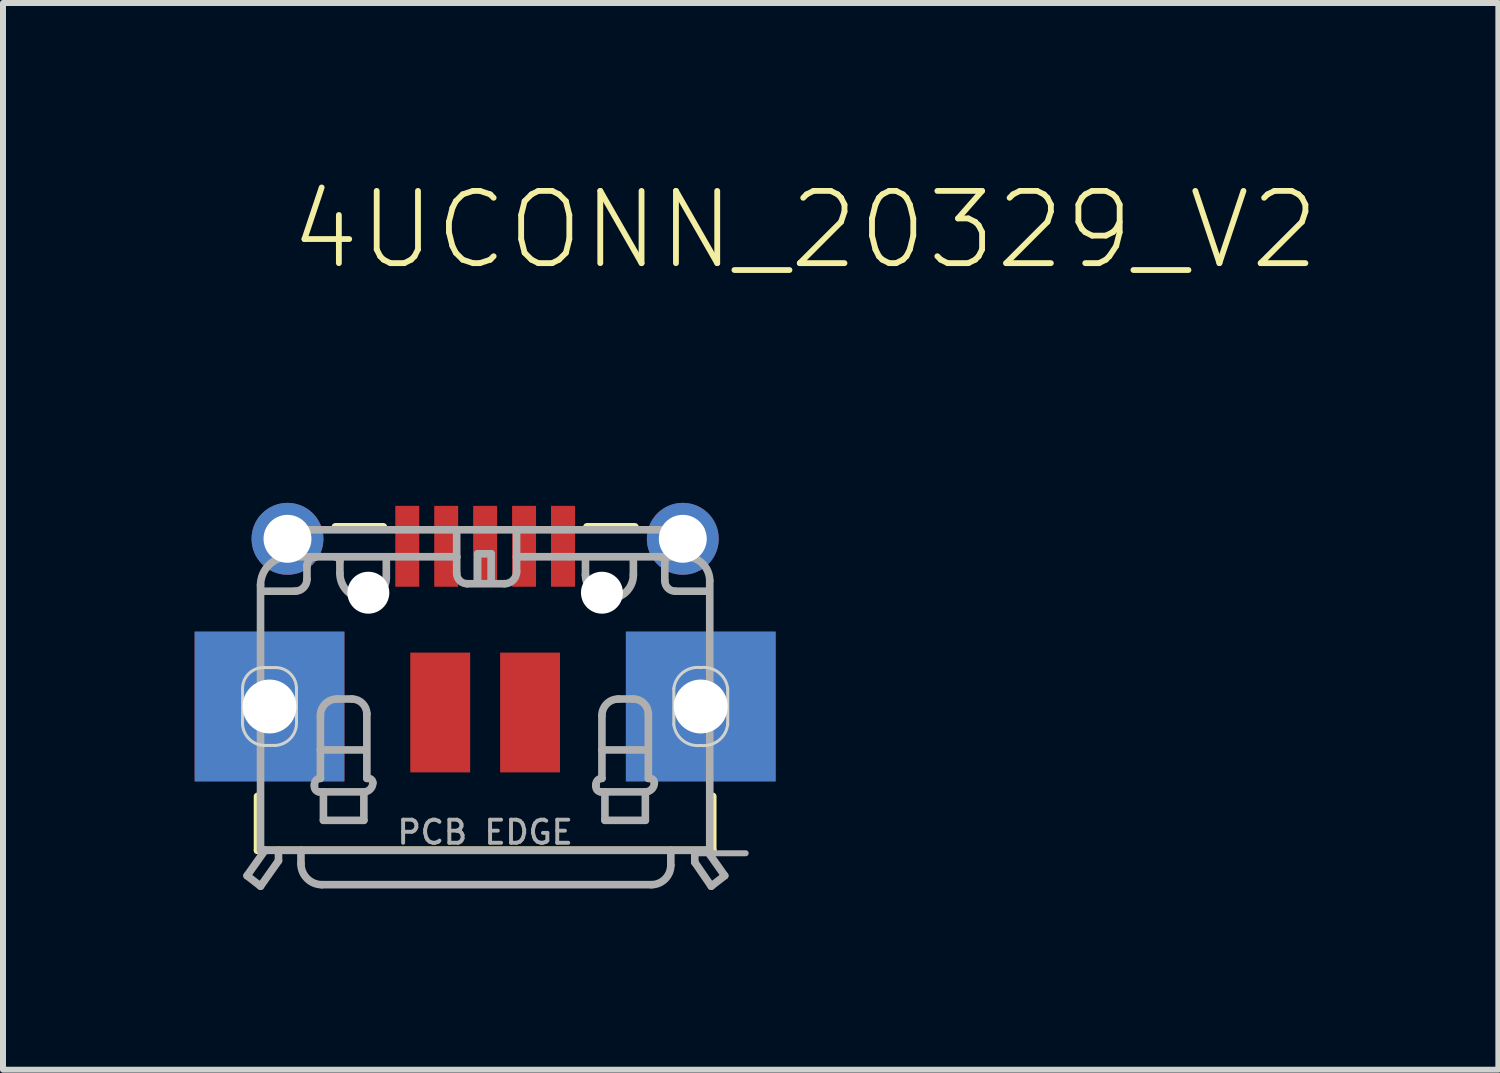
<source format=kicad_pcb>
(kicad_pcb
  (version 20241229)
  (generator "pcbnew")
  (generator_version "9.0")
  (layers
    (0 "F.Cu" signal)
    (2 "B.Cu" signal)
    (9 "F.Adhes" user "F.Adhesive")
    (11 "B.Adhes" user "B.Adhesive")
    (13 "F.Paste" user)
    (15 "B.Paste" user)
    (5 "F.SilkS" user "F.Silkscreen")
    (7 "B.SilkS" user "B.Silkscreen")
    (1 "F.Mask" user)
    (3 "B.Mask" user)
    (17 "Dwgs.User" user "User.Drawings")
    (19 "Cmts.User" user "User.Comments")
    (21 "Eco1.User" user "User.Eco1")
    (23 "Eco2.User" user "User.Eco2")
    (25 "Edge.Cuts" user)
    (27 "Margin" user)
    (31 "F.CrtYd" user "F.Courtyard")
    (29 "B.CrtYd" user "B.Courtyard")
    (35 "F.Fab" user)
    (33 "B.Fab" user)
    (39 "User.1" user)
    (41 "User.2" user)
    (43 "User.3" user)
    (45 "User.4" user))
  (footprint "4UCONN_20329_V2"
    (layer "F.Cu")
    (at 5.05 6.846)
    (property "Reference" "4UCONN_20329_V2" (at -3.31 -5.35 180) (layer "F.SilkS") (effects (font (size 1.206 1.206) (thickness 0.097)) (justify left bottom)))
    (attr through_hole)
    (fp_poly (pts (xy -1.55 -0.05) (xy -1.05 -0.05) (xy -1.05 -1.5) (xy -1.55 -1.5)) (stroke (width 0) (type solid)) (fill yes) (layer "F.Mask"))
    (fp_poly (pts (xy -0.9 -0.05) (xy -0.4 -0.05) (xy -0.4 -1.5) (xy -0.9 -1.5)) (stroke (width 0) (type solid)) (fill yes) (layer "F.Mask"))
    (fp_poly (pts (xy -0.25 -0.05) (xy 0.25 -0.05) (xy 0.25 -1.5) (xy -0.25 -1.5)) (stroke (width 0) (type solid)) (fill yes) (layer "F.Mask"))
    (fp_poly (pts (xy 0.4 -0.05) (xy 0.9 -0.05) (xy 0.9 -1.5) (xy 0.4 -1.5)) (stroke (width 0) (type solid)) (fill yes) (layer "F.Mask"))
    (fp_poly (pts (xy 1.05 -0.05) (xy 1.55 -0.05) (xy 1.55 -1.5) (xy 1.05 -1.5)) (stroke (width 0) (type solid)) (fill yes) (layer "F.Mask"))
    (fp_line (start -3.8 3.4) (end -3.8 4.3) (stroke (width 0.127) (type solid)) (layer "F.SilkS"))
    (fp_line (start -3.8 4.3) (end 3.8 4.3) (stroke (width 0.127) (type solid)) (layer "F.SilkS"))
    (fp_line (start -2.5 -1.1) (end -1.7 -1.1) (stroke (width 0.127) (type solid)) (layer "F.SilkS"))
    (fp_line (start 1.7 -1.1) (end 2.5 -1.1) (stroke (width 0.127) (type solid)) (layer "F.SilkS"))
    (fp_line (start 3.8 4.3) (end 3.8 3.4) (stroke (width 0.127) (type solid)) (layer "F.SilkS"))
    (fp_poly (pts (xy -4.85 3.15) (xy -2.35 3.15) (xy -2.35 0.65) (xy -4.85 0.65)) (stroke (width 0) (type solid)) (fill yes) (layer "F.Paste"))
    (fp_poly (pts (xy 2.35 3.15) (xy 4.85 3.15) (xy 4.85 0.65) (xy 2.35 0.65)) (stroke (width 0) (type solid)) (fill yes) (layer "F.Paste"))
    (fp_poly (pts (xy -5.05 -0.9) (xy -5.014 -0.724) (xy -4.925 -0.567) (xy -4.793 -0.445) (xy -4.45 -0.35) (xy -3.35 -0.35) (xy -3.171 -0.37) (xy -3.007 -0.445) (xy -2.875 -0.567) (xy -2.786 -0.724) (xy -2.75 -0.9) (xy -2.786 -1.076) (xy -2.875 -1.233) (xy -3.007 -1.355) (xy -3.35 -1.45) (xy -4.45 -1.45) (xy -4.629 -1.43) (xy -4.793 -1.355) (xy -4.925 -1.233)) (stroke (width 0) (type solid)) (fill yes) (layer "F.Paste"))
    (fp_poly (pts (xy 2.75 -0.9) (xy 2.786 -0.724) (xy 2.875 -0.567) (xy 3.007 -0.445) (xy 3.35 -0.35) (xy 4.45 -0.35) (xy 4.629 -0.37) (xy 4.793 -0.445) (xy 4.925 -0.567) (xy 5.014 -0.724) (xy 5.05 -0.9) (xy 5.014 -1.076) (xy 4.925 -1.233) (xy 4.793 -1.355) (xy 4.45 -1.45) (xy 3.35 -1.45) (xy 3.171 -1.43) (xy 3.007 -1.355) (xy 2.875 -1.233)) (stroke (width 0) (type solid)) (fill yes) (layer "F.Paste"))
    (fp_line (start -4.05 2.15) (end -4.05 1.6) (stroke (width 0.05) (type solid)) (layer "Edge.Cuts"))
    (fp_line (start -3.7 1.25) (end -3.5 1.25) (stroke (width 0.05) (type solid)) (layer "Edge.Cuts"))
    (fp_line (start -3.5 2.55) (end -3.7 2.55) (stroke (width 0.05) (type solid)) (layer "Edge.Cuts"))
    (fp_line (start -3.15 1.6) (end -3.15 2.15) (stroke (width 0.05) (type solid)) (layer "Edge.Cuts"))
    (fp_line (start 3.15 2.2) (end 3.15 1.6) (stroke (width 0.05) (type solid)) (layer "Edge.Cuts"))
    (fp_line (start 4.05 1.6) (end 4.05 2.2) (stroke (width 0.05) (type solid)) (layer "Edge.Cuts"))
    (fp_arc (start -4.05 1.6) (mid -3.947487 1.352513) (end -3.7 1.25) (stroke (width 0.05) (type solid)) (layer "Edge.Cuts"))
    (fp_arc (start -3.7 2.55) (mid -3.957843 2.422487) (end -4.05 2.15) (stroke (width 0.05) (type solid)) (layer "Edge.Cuts"))
    (fp_arc (start -3.5 1.25) (mid -3.252513 1.352513) (end -3.15 1.6) (stroke (width 0.05) (type solid)) (layer "Edge.Cuts"))
    (fp_arc (start -3.15 2.15) (mid -3.242157 2.422487) (end -3.5 2.55) (stroke (width 0.05) (type solid)) (layer "Edge.Cuts"))
    (fp_arc (start 3.15 1.6) (mid 3.302513 1.331802) (end 3.6 1.25) (stroke (width 0.05) (type solid)) (layer "Edge.Cuts"))
    (fp_arc (start 3.6 1.25) (mid 3.897487 1.331802) (end 4.05 1.6) (stroke (width 0.05) (type solid)) (layer "Edge.Cuts"))
    (fp_arc (start 3.6 2.55) (mid 3.302513 2.468198) (end 3.15 2.2) (stroke (width 0.05) (type solid)) (layer "Edge.Cuts"))
    (fp_arc (start 4.05 2.2) (mid 3.897487 2.468198) (end 3.6 2.55) (stroke (width 0.05) (type solid)) (layer "Edge.Cuts"))
    (fp_line (start -3.975 4.725) (end -3.75 4.9) (stroke (width 0.127) (type solid)) (layer "F.Fab"))
    (fp_line (start -3.975 4.725) (end -3.675 4.3) (stroke (width 0.127) (type solid)) (layer "F.Fab"))
    (fp_line (start -3.75 -0.125) (end -3.75 4.3) (stroke (width 0.127) (type solid)) (layer "F.Fab"))
    (fp_line (start -3.75 4.3) (end -3.675 4.3) (stroke (width 0.127) (type solid)) (layer "F.Fab"))
    (fp_line (start -3.75 4.9) (end -3.45 4.475) (stroke (width 0.127) (type solid)) (layer "F.Fab"))
    (fp_line (start -3.725 -0.025) (end -3.175 -0.025) (stroke (width 0.127) (type solid)) (layer "F.Fab"))
    (fp_line (start -3.675 4.3) (end -3.45 4.3) (stroke (width 0.127) (type solid)) (layer "F.Fab"))
    (fp_line (start -3.575 -1.05) (end -0.475 -1.05) (stroke (width 0.127) (type solid)) (layer "F.Fab"))
    (fp_line (start -3.575 -0.75) (end -3.575 -1.05) (stroke (width 0.127) (type solid)) (layer "F.Fab"))
    (fp_line (start -3.45 4.3) (end -3.075 4.3) (stroke (width 0.127) (type solid)) (layer "F.Fab"))
    (fp_line (start -3.45 4.475) (end -3.45 4.3) (stroke (width 0.127) (type solid)) (layer "F.Fab"))
    (fp_line (start -3.425 -0.75) (end -3.575 -0.75) (stroke (width 0.127) (type solid)) (layer "F.Fab"))
    (fp_line (start -3.425 -0.625) (end -3.425 -0.75) (stroke (width 0.127) (type solid)) (layer "F.Fab"))
    (fp_line (start -3.075 4.3) (end -3.075 4.525) (stroke (width 0.127) (type solid)) (layer "F.Fab"))
    (fp_line (start -3.075 4.3) (end 3.1 4.3) (stroke (width 0.127) (type solid)) (layer "F.Fab"))
    (fp_line (start -2.975 -0.225) (end -2.975 -0.45) (stroke (width 0.127) (type solid)) (layer "F.Fab"))
    (fp_line (start -2.85 3.225) (end -2.85 3.2) (stroke (width 0.127) (type solid)) (layer "F.Fab"))
    (fp_line (start -2.825 -0.6) (end -3.275 -0.6) (stroke (width 0.127) (type solid)) (layer "F.Fab"))
    (fp_line (start -2.825 -0.6) (end -2.5 -0.6) (stroke (width 0.127) (type solid)) (layer "F.Fab"))
    (fp_line (start -2.75 2.625) (end -2.75 2.05) (stroke (width 0.127) (type solid)) (layer "F.Fab"))
    (fp_line (start -2.75 2.625) (end -2 2.625) (stroke (width 0.127) (type solid)) (layer "F.Fab"))
    (fp_line (start -2.75 3.1) (end -2.75 2.625) (stroke (width 0.127) (type solid)) (layer "F.Fab"))
    (fp_line (start -2.725 4.875) (end 2.775 4.875) (stroke (width 0.127) (type solid)) (layer "F.Fab"))
    (fp_line (start -2.7 3.325) (end -2.775 3.325) (stroke (width 0.127) (type solid)) (layer "F.Fab"))
    (fp_line (start -2.7 3.325) (end -2 3.325) (stroke (width 0.127) (type solid)) (layer "F.Fab"))
    (fp_line (start -2.7 3.8) (end -2.7 3.325) (stroke (width 0.127) (type solid)) (layer "F.Fab"))
    (fp_line (start -2.475 1.775) (end -2.225 1.775) (stroke (width 0.127) (type solid)) (layer "F.Fab"))
    (fp_line (start -2.425 -0.525) (end -2.425 -0.325) (stroke (width 0.127) (type solid)) (layer "F.Fab"))
    (fp_line (start -2.025 3.325) (end -2.025 3.8) (stroke (width 0.127) (type solid)) (layer "F.Fab"))
    (fp_line (start -2.025 3.8) (end -2.7 3.8) (stroke (width 0.127) (type solid)) (layer "F.Fab"))
    (fp_line (start -1.975 2.025) (end -1.975 3.1) (stroke (width 0.127) (type solid)) (layer "F.Fab"))
    (fp_line (start -1.975 3.1) (end -1.95 3.1) (stroke (width 0.127) (type solid)) (layer "F.Fab"))
    (fp_line (start -1.65 -0.6) (end -2.5 -0.6) (stroke (width 0.127) (type solid)) (layer "F.Fab"))
    (fp_line (start -1.65 -0.25) (end -1.65 -0.6) (stroke (width 0.127) (type solid)) (layer "F.Fab"))
    (fp_line (start -0.475 -1.05) (end 0.525 -1.05) (stroke (width 0.127) (type solid)) (layer "F.Fab"))
    (fp_line (start -0.475 -0.6) (end -1.65 -0.6) (stroke (width 0.127) (type solid)) (layer "F.Fab"))
    (fp_line (start -0.475 -0.6) (end -0.475 -1.05) (stroke (width 0.127) (type solid)) (layer "F.Fab"))
    (fp_line (start -0.475 -0.325) (end -0.475 -0.6) (stroke (width 0.127) (type solid)) (layer "F.Fab"))
    (fp_line (start -0.125 -0.65) (end 0.1 -0.65) (stroke (width 0.127) (type solid)) (layer "F.Fab"))
    (fp_line (start -0.125 -0.175) (end -0.125 -0.65) (stroke (width 0.127) (type solid)) (layer "F.Fab"))
    (fp_line (start 0.1 -0.65) (end 0.1 -0.175) (stroke (width 0.127) (type solid)) (layer "F.Fab"))
    (fp_line (start 0.325 -0.15) (end -0.3 -0.15) (stroke (width 0.127) (type solid)) (layer "F.Fab"))
    (fp_line (start 0.525 -1.05) (end 0.525 -0.6) (stroke (width 0.127) (type solid)) (layer "F.Fab"))
    (fp_line (start 0.525 -1.05) (end 3.6 -1.05) (stroke (width 0.127) (type solid)) (layer "F.Fab"))
    (fp_line (start 0.525 -0.6) (end 0.525 -0.35) (stroke (width 0.127) (type solid)) (layer "F.Fab"))
    (fp_line (start 1.675 -0.6) (end 0.525 -0.6) (stroke (width 0.127) (type solid)) (layer "F.Fab"))
    (fp_line (start 1.675 -0.6) (end 1.675 -0.3) (stroke (width 0.127) (type solid)) (layer "F.Fab"))
    (fp_line (start 1.85 3.225) (end 1.85 3.2) (stroke (width 0.127) (type solid)) (layer "F.Fab"))
    (fp_line (start 1.95 2.625) (end 1.95 2.05) (stroke (width 0.127) (type solid)) (layer "F.Fab"))
    (fp_line (start 1.95 2.625) (end 2.7 2.625) (stroke (width 0.127) (type solid)) (layer "F.Fab"))
    (fp_line (start 1.95 3.1) (end 1.95 2.625) (stroke (width 0.127) (type solid)) (layer "F.Fab"))
    (fp_line (start 2 3.325) (end 1.925 3.325) (stroke (width 0.127) (type solid)) (layer "F.Fab"))
    (fp_line (start 2 3.325) (end 2.7 3.325) (stroke (width 0.127) (type solid)) (layer "F.Fab"))
    (fp_line (start 2 3.8) (end 2 3.325) (stroke (width 0.127) (type solid)) (layer "F.Fab"))
    (fp_line (start 2.225 1.775) (end 2.475 1.775) (stroke (width 0.127) (type solid)) (layer "F.Fab"))
    (fp_line (start 2.475 -0.6) (end 1.675 -0.6) (stroke (width 0.127) (type solid)) (layer "F.Fab"))
    (fp_line (start 2.475 -0.6) (end 2.925 -0.6) (stroke (width 0.127) (type solid)) (layer "F.Fab"))
    (fp_line (start 2.475 -0.3) (end 2.475 -0.6) (stroke (width 0.127) (type solid)) (layer "F.Fab"))
    (fp_line (start 2.675 3.325) (end 2.675 3.8) (stroke (width 0.127) (type solid)) (layer "F.Fab"))
    (fp_line (start 2.675 3.8) (end 2 3.8) (stroke (width 0.127) (type solid)) (layer "F.Fab"))
    (fp_line (start 2.725 2.025) (end 2.725 3.1) (stroke (width 0.127) (type solid)) (layer "F.Fab"))
    (fp_line (start 2.725 3.1) (end 2.75 3.1) (stroke (width 0.127) (type solid)) (layer "F.Fab"))
    (fp_line (start 3 -0.525) (end 3 -0.2) (stroke (width 0.127) (type solid)) (layer "F.Fab"))
    (fp_line (start 3.1 4.3) (end 3.7 4.3) (stroke (width 0.127) (type solid)) (layer "F.Fab"))
    (fp_line (start 3.1 4.55) (end 3.1 4.3) (stroke (width 0.127) (type solid)) (layer "F.Fab"))
    (fp_line (start 3.175 -0.025) (end 3.725 -0.025) (stroke (width 0.127) (type solid)) (layer "F.Fab"))
    (fp_line (start 3.35 -0.775) (end 3.35 -0.6) (stroke (width 0.127) (type solid)) (layer "F.Fab"))
    (fp_line (start 3.35 -0.6) (end 2.925 -0.6) (stroke (width 0.127) (type solid)) (layer "F.Fab"))
    (fp_line (start 3.5 4.35) (end 4.35 4.35) (stroke (width 0.1) (type solid)) (layer "F.Fab"))
    (fp_line (start 3.5 4.5) (end 3.5 4.35) (stroke (width 0.127) (type solid)) (layer "F.Fab"))
    (fp_line (start 3.6 -1.05) (end 3.6 -0.775) (stroke (width 0.127) (type solid)) (layer "F.Fab"))
    (fp_line (start 3.6 -0.775) (end 3.35 -0.775) (stroke (width 0.127) (type solid)) (layer "F.Fab"))
    (fp_line (start 3.7 4.3) (end 3.75 4.3) (stroke (width 0.127) (type solid)) (layer "F.Fab"))
    (fp_line (start 3.7 4.3) (end 4 4.725) (stroke (width 0.127) (type solid)) (layer "F.Fab"))
    (fp_line (start 3.75 4.3) (end 3.75 -0.2) (stroke (width 0.127) (type solid)) (layer "F.Fab"))
    (fp_line (start 3.775 4.9) (end 3.5 4.5) (stroke (width 0.127) (type solid)) (layer "F.Fab"))
    (fp_line (start 4 4.725) (end 3.775 4.9) (stroke (width 0.127) (type solid)) (layer "F.Fab"))
    (fp_arc (start -3.750001 -0.124999) (mid -3.610876 -0.460875) (end -3.275 -0.6) (stroke (width 0.127) (type solid)) (layer "F.Fab"))
    (fp_arc (start -2.975 -0.45) (mid -2.931066 -0.556066) (end -2.825 -0.6) (stroke (width 0.127) (type solid)) (layer "F.Fab"))
    (fp_arc (start -2.975 -0.225) (mid -3.033579 -0.083579) (end -3.175 -0.025) (stroke (width 0.127) (type solid)) (layer "F.Fab"))
    (fp_arc (start -2.85 3.2) (mid -2.820711 3.129289) (end -2.75 3.1) (stroke (width 0.127) (type solid)) (layer "F.Fab"))
    (fp_arc (start -2.775 3.325) (mid -2.833211 3.290533) (end -2.85 3.225) (stroke (width 0.127) (type solid)) (layer "F.Fab"))
    (fp_arc (start -2.75 2.05) (mid -2.669454 1.855546) (end -2.475 1.775) (stroke (width 0.127) (type solid)) (layer "F.Fab"))
    (fp_arc (start -2.725 4.875) (mid -2.972487 4.772487) (end -3.075 4.525) (stroke (width 0.127) (type solid)) (layer "F.Fab"))
    (fp_arc (start -2.5 -0.6) (mid -2.446967 -0.578033) (end -2.425 -0.525) (stroke (width 0.127) (type solid)) (layer "F.Fab"))
    (fp_arc (start -2.225 1.775) (mid -2.048223 1.848223) (end -1.975 2.025) (stroke (width 0.127) (type solid)) (layer "F.Fab"))
    (fp_arc (start -2 0.1) (mid -2.30052 -0.02448) (end -2.425 -0.325) (stroke (width 0.127) (type solid)) (layer "F.Fab"))
    (fp_arc (start -1.95 3.1) (mid -1.896967 3.121967) (end -1.875 3.175) (stroke (width 0.127) (type solid)) (layer "F.Fab"))
    (fp_arc (start -1.875 3.175) (mid -1.918934 3.281066) (end -2.025 3.325) (stroke (width 0.127) (type solid)) (layer "F.Fab"))
    (fp_arc (start -1.65 -0.25) (mid -1.752513 -0.002513) (end -2 0.1) (stroke (width 0.127) (type solid)) (layer "F.Fab"))
    (fp_arc (start -0.3 -0.15) (mid -0.423744 -0.201256) (end -0.475 -0.325) (stroke (width 0.127) (type solid)) (layer "F.Fab"))
    (fp_arc (start 0.525 -0.35) (mid 0.466421 -0.208579) (end 0.325 -0.15) (stroke (width 0.127) (type solid)) (layer "F.Fab"))
    (fp_arc (start 1.85 3.2) (mid 1.879289 3.129289) (end 1.95 3.1) (stroke (width 0.127) (type solid)) (layer "F.Fab"))
    (fp_arc (start 1.925 3.325) (mid 1.866789 3.290533) (end 1.85 3.225) (stroke (width 0.127) (type solid)) (layer "F.Fab"))
    (fp_arc (start 1.95 2.05) (mid 2.030546 1.855546) (end 2.225 1.775) (stroke (width 0.127) (type solid)) (layer "F.Fab"))
    (fp_arc (start 2.075 0.1) (mid 1.792157 -0.017157) (end 1.675 -0.3) (stroke (width 0.127) (type solid)) (layer "F.Fab"))
    (fp_arc (start 2.475 -0.3) (mid 2.357843 -0.017157) (end 2.075 0.1) (stroke (width 0.127) (type solid)) (layer "F.Fab"))
    (fp_arc (start 2.475 1.775) (mid 2.651777 1.848223) (end 2.725 2.025) (stroke (width 0.127) (type solid)) (layer "F.Fab"))
    (fp_arc (start 2.75 3.1) (mid 2.803033 3.121967) (end 2.825 3.175) (stroke (width 0.127) (type solid)) (layer "F.Fab"))
    (fp_arc (start 2.825 3.175) (mid 2.781066 3.281066) (end 2.675 3.325) (stroke (width 0.127) (type solid)) (layer "F.Fab"))
    (fp_arc (start 2.925 -0.6) (mid 2.978033 -0.578033) (end 3 -0.525) (stroke (width 0.127) (type solid)) (layer "F.Fab"))
    (fp_arc (start 3.1 4.55) (mid 3.00481 4.77981) (end 2.775 4.875) (stroke (width 0.127) (type solid)) (layer "F.Fab"))
    (fp_arc (start 3.175 -0.025) (mid 3.051256 -0.076256) (end 3 -0.2) (stroke (width 0.127) (type solid)) (layer "F.Fab"))
    (fp_arc (start 3.349999 -0.599999) (mid 3.632842 -0.482842) (end 3.75 -0.2) (stroke (width 0.127) (type solid)) (layer "F.Fab"))
    (fp_text user "PCB EDGE" (at 0 4 0) (layer "F.Fab") (effects (font (size 0.386 0.386) (thickness 0.065))))
    (pad "" np_thru_hole circle (at -1.95 0) (size 0.7 0.7) (drill 0.7) (layers "*.Cu" "*.Mask"))
    (pad "" np_thru_hole circle (at 1.95 0) (size 0.7 0.7) (drill 0.7) (layers "*.Cu" "*.Mask"))
    (pad "BASE@1" smd rect (at -0.75 2 90) (size 2 1) (layers "F.Cu" "F.Mask" "F.Paste"))
    (pad "BASE@2" smd rect (at 0.75 2 90) (size 2 1) (layers "F.Cu" "F.Mask" "F.Paste"))
    (pad "D+" smd rect (at 0 -0.775) (size 0.4 1.35) (layers "F.Cu" "F.Mask" "F.Paste"))
    (pad "D-" smd rect (at -0.65 -0.775) (size 0.4 1.35) (layers "F.Cu" "F.Mask" "F.Paste"))
    (pad "GND" smd rect (at 1.3 -0.775) (size 0.4 1.35) (layers "F.Cu" "F.Mask" "F.Paste"))
    (pad "ID" smd rect (at 0.65 -0.775) (size 0.4 1.35) (layers "F.Cu" "F.Mask" "F.Paste"))
    (pad "SPRT@1" thru_hole circle (at -3.3 -0.9 180) (size 1.2 1.2) (drill 0.8) (layers "*.Cu" "*.Mask"))
    (pad "SPRT@2" thru_hole circle (at 3.3 -0.9) (size 1.2 1.2) (drill 0.8) (layers "*.Cu" "*.Mask"))
    (pad "SPRT@3" thru_hole rect (at -3.6 1.9 90) (size 2.5 2.5) (drill 0.9) (layers "*.Cu" "*.Mask"))
    (pad "SPRT@4" thru_hole rect (at 3.6 1.9 90) (size 2.5 2.5) (drill 0.9) (layers "*.Cu" "*.Mask"))
    (pad "VBUS" smd rect (at -1.3 -0.775) (size 0.4 1.35) (layers "F.Cu" "F.Mask" "F.Paste")))
  (gr_rect
    (start -3 -3)
    (end 21.967 14.81)
    (stroke (width 0.1) (type default))
    (fill no)
    (layer "Edge.Cuts")))
</source>
